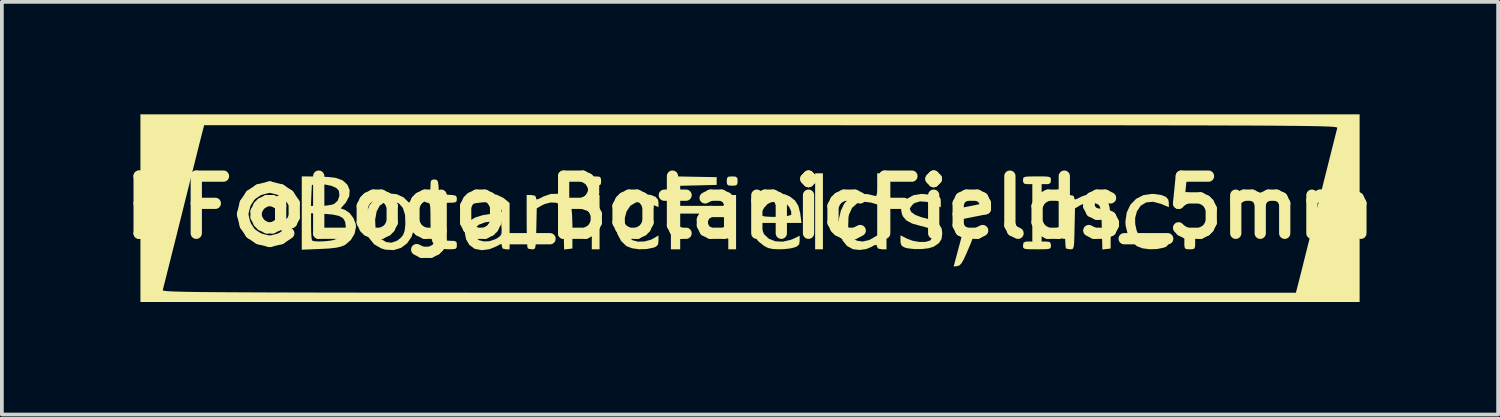
<source format=kicad_pcb>
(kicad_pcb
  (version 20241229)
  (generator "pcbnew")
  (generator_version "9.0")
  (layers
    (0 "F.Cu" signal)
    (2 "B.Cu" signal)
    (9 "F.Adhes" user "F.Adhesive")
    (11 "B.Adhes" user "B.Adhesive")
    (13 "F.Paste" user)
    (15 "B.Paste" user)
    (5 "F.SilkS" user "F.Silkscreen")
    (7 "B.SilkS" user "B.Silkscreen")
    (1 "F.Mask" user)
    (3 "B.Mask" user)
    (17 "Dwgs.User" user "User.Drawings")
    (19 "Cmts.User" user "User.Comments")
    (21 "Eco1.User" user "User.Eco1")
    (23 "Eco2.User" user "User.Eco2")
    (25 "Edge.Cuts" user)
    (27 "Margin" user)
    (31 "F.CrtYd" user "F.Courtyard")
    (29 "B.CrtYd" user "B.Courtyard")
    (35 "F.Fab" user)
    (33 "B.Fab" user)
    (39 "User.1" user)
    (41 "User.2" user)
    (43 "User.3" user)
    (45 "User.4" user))
  (footprint "BF@Logo_BotanicFields_5mm"
    (layer "F.Cu")
    (at 16.953 2.482)
    (property "Reference" "BF@Logo_BotanicFields_5mm" (at 0 0 0) (layer "F.SilkS") (effects (font (size 1.524 1.524) (thickness 0.3))))
    (attr board_only exclude_from_pos_files exclude_from_bom)
    (fp_poly (pts (xy -4.013 1.117) (xy -4.22 1.117) (xy -4.22 -0.331) (xy -4.013 -0.331)) (stroke (width 0) (type solid)) (fill yes) (layer "F.SilkS"))
    (fp_poly (pts (xy -0.372 1.117) (xy -0.579 1.117) (xy -0.579 -0.331) (xy -0.372 -0.331)) (stroke (width 0) (type solid)) (fill yes) (layer "F.SilkS"))
    (fp_poly (pts (xy 1.944 1.117) (xy 1.737 1.117) (xy 1.737 -0.91) (xy 1.944 -0.91)) (stroke (width 0) (type solid)) (fill yes) (layer "F.SilkS"))
    (fp_poly (pts (xy -1.5 -0.818) (xy -0.889 -0.807) (xy -0.889 -0.6) (xy -1.862 -0.577) (xy -1.862 -0.041) (xy -1.034 -0.041) (xy -1.034 0.165) (xy -1.862 0.165) (xy -1.862 1.117) (xy -2.11 1.117) (xy -2.11 -0.83)) (stroke (width 0) (type solid)) (fill yes) (layer "F.SilkS"))
    (fp_poly (pts (xy -4.019 -0.82) (xy -3.979 -0.785) (xy -3.971 -0.703) (xy -3.979 -0.62) (xy -4.02 -0.586) (xy -4.116 -0.579) (xy -4.213 -0.586) (xy -4.253 -0.621) (xy -4.261 -0.703) (xy -4.253 -0.787) (xy -4.212 -0.821) (xy -4.116 -0.827)) (stroke (width 0) (type solid)) (fill yes) (layer "F.SilkS"))
    (fp_poly (pts (xy -0.378 -0.82) (xy -0.339 -0.785) (xy -0.331 -0.703) (xy -0.339 -0.62) (xy -0.38 -0.586) (xy -0.476 -0.579) (xy -0.573 -0.586) (xy -0.613 -0.621) (xy -0.621 -0.703) (xy -0.612 -0.787) (xy -0.572 -0.821) (xy -0.476 -0.827)) (stroke (width 0) (type solid)) (fill yes) (layer "F.SilkS"))
    (fp_poly (pts (xy 5.924 0.754) (xy 5.941 0.784) (xy 5.928 0.849) (xy 5.886 0.962) (xy 5.812 1.134) (xy 5.771 1.229) (xy 5.696 1.393) (xy 5.637 1.494) (xy 5.584 1.546) (xy 5.531 1.564) (xy 5.431 1.576) (xy 5.539 1.171) (xy 5.648 0.765) (xy 5.806 0.752) (xy 5.879 0.747)) (stroke (width 0) (type solid)) (fill yes) (layer "F.SilkS"))
    (fp_poly (pts (xy 11.817 0.749) (xy 11.859 0.776) (xy 11.872 0.848) (xy 11.873 0.931) (xy 11.87 1.045) (xy 11.849 1.099) (xy 11.792 1.116) (xy 11.728 1.117) (xy 11.639 1.113) (xy 11.597 1.086) (xy 11.584 1.014) (xy 11.583 0.931) (xy 11.586 0.816) (xy 11.607 0.762) (xy 11.663 0.746) (xy 11.728 0.745)) (stroke (width 0) (type solid)) (fill yes) (layer "F.SilkS"))
    (fp_poly (pts (xy -2.827 -0.358) (xy -2.635 -0.329) (xy -2.515 -0.28) (xy -2.454 -0.206) (xy -2.441 -0.126) (xy -2.441 -0.007) (xy -2.646 -0.094) (xy -2.86 -0.151) (xy -3.044 -0.133) (xy -3.191 -0.046) (xy -3.293 0.108) (xy -3.339 0.283) (xy -3.337 0.444) (xy -3.3 0.613) (xy -3.236 0.76) (xy -3.156 0.86) (xy -3.134 0.874) (xy -2.99 0.913) (xy -2.814 0.908) (xy -2.642 0.861) (xy -2.583 0.831) (xy -2.441 0.747) (xy -2.441 0.887) (xy -2.453 0.989) (xy -2.507 1.045) (xy -2.571 1.072) (xy -2.754 1.11) (xy -2.957 1.116) (xy -3.148 1.089) (xy -3.294 1.032) (xy -3.297 1.031) (xy -3.435 0.898) (xy -3.537 0.71) (xy -3.592 0.491) (xy -3.599 0.386) (xy -3.564 0.138) (xy -3.466 -0.071) (xy -3.313 -0.229) (xy -3.117 -0.329) (xy -2.886 -0.361)) (stroke (width 0) (type solid)) (fill yes) (layer "F.SilkS"))
    (fp_poly (pts (xy 10.783 -0.358) (xy 10.975 -0.329) (xy 11.095 -0.28) (xy 11.156 -0.206) (xy 11.169 -0.126) (xy 11.169 -0.007) (xy 10.964 -0.094) (xy 10.75 -0.151) (xy 10.566 -0.133) (xy 10.419 -0.046) (xy 10.317 0.108) (xy 10.271 0.283) (xy 10.273 0.444) (xy 10.31 0.613) (xy 10.374 0.76) (xy 10.455 0.86) (xy 10.476 0.874) (xy 10.62 0.913) (xy 10.796 0.908) (xy 10.968 0.861) (xy 11.027 0.831) (xy 11.169 0.747) (xy 11.169 0.887) (xy 11.157 0.989) (xy 11.103 1.045) (xy 11.039 1.072) (xy 10.856 1.11) (xy 10.653 1.116) (xy 10.462 1.089) (xy 10.316 1.032) (xy 10.313 1.031) (xy 10.175 0.898) (xy 10.073 0.71) (xy 10.018 0.491) (xy 10.011 0.386) (xy 10.046 0.138) (xy 10.144 -0.071) (xy 10.297 -0.229) (xy 10.493 -0.329) (xy 10.724 -0.361)) (stroke (width 0) (type solid)) (fill yes) (layer "F.SilkS"))
    (fp_poly (pts (xy 7.829 -0.827) (xy 7.939 -0.821) (xy 7.997 -0.807) (xy 8.021 -0.779) (xy 8.025 -0.733) (xy 8.025 -0.724) (xy 8.012 -0.65) (xy 7.955 -0.623) (xy 7.901 -0.621) (xy 7.777 -0.621) (xy 7.777 0.91) (xy 7.901 0.91) (xy 7.99 0.921) (xy 8.022 0.969) (xy 8.025 1.014) (xy 8.022 1.062) (xy 8.003 1.093) (xy 7.951 1.109) (xy 7.851 1.116) (xy 7.686 1.117) (xy 7.653 1.117) (xy 7.477 1.116) (xy 7.367 1.111) (xy 7.309 1.096) (xy 7.285 1.068) (xy 7.281 1.023) (xy 7.281 1.014) (xy 7.294 0.94) (xy 7.351 0.913) (xy 7.405 0.91) (xy 7.529 0.91) (xy 7.529 -0.621) (xy 7.405 -0.621) (xy 7.316 -0.632) (xy 7.284 -0.679) (xy 7.281 -0.724) (xy 7.284 -0.773) (xy 7.303 -0.803) (xy 7.355 -0.82) (xy 7.456 -0.826) (xy 7.62 -0.827) (xy 7.653 -0.827)) (stroke (width 0) (type solid)) (fill yes) (layer "F.SilkS"))
    (fp_poly (pts (xy -9.424 -0.353) (xy -9.238 -0.267) (xy -9.088 -0.12) (xy -8.985 0.078) (xy -8.943 0.29) (xy -8.955 0.555) (xy -9.025 0.78) (xy -9.145 0.957) (xy -9.307 1.079) (xy -9.502 1.138) (xy -9.722 1.127) (xy -9.825 1.097) (xy -10.021 0.987) (xy -10.158 0.818) (xy -10.216 0.672) (xy -10.258 0.406) (xy -10.25 0.327) (xy -9.998 0.327) (xy -9.988 0.543) (xy -9.928 0.719) (xy -9.829 0.849) (xy -9.702 0.925) (xy -9.558 0.94) (xy -9.408 0.885) (xy -9.31 0.807) (xy -9.249 0.728) (xy -9.213 0.627) (xy -9.194 0.475) (xy -9.192 0.442) (xy -9.2 0.198) (xy -9.258 0.014) (xy -9.365 -0.108) (xy -9.518 -0.162) (xy -9.572 -0.165) (xy -9.749 -0.137) (xy -9.876 -0.047) (xy -9.958 0.108) (xy -9.998 0.327) (xy -10.25 0.327) (xy -10.235 0.161) (xy -10.152 -0.052) (xy -10.014 -0.219) (xy -9.857 -0.316) (xy -9.634 -0.372)) (stroke (width 0) (type solid)) (fill yes) (layer "F.SilkS"))
    (fp_poly (pts (xy -4.962 -0.306) (xy -4.836 -0.191) (xy -4.794 -0.116) (xy -4.764 0.002) (xy -4.746 0.191) (xy -4.737 0.455) (xy -4.737 0.558) (xy -4.737 1.096) (xy -4.847 1.109) (xy -4.958 1.122) (xy -4.971 0.562) (xy -4.979 0.327) (xy -4.989 0.161) (xy -5.003 0.05) (xy -5.024 -0.022) (xy -5.054 -0.066) (xy -5.057 -0.069) (xy -5.165 -0.124) (xy -5.314 -0.132) (xy -5.476 -0.091) (xy -5.553 -0.054) (xy -5.688 0.025) (xy -5.7 0.571) (xy -5.705 0.792) (xy -5.711 0.944) (xy -5.721 1.039) (xy -5.737 1.091) (xy -5.761 1.112) (xy -5.797 1.117) (xy -5.807 1.117) (xy -5.893 1.106) (xy -5.929 1.089) (xy -5.939 1.041) (xy -5.946 0.924) (xy -5.952 0.752) (xy -5.956 0.541) (xy -5.957 0.365) (xy -5.957 -0.331) (xy -5.833 -0.331) (xy -5.734 -0.312) (xy -5.709 -0.269) (xy -5.704 -0.223) (xy -5.676 -0.213) (xy -5.608 -0.24) (xy -5.513 -0.29) (xy -5.317 -0.359) (xy -5.128 -0.364)) (stroke (width 0) (type solid)) (fill yes) (layer "F.SilkS"))
    (fp_poly (pts (xy 9.393 -0.306) (xy 9.519 -0.191) (xy 9.561 -0.116) (xy 9.59 0.002) (xy 9.609 0.191) (xy 9.618 0.455) (xy 9.618 0.558) (xy 9.618 1.096) (xy 9.508 1.109) (xy 9.397 1.122) (xy 9.383 0.562) (xy 9.376 0.327) (xy 9.366 0.161) (xy 9.351 0.05) (xy 9.33 -0.022) (xy 9.301 -0.066) (xy 9.298 -0.069) (xy 9.189 -0.124) (xy 9.041 -0.132) (xy 8.879 -0.091) (xy 8.802 -0.054) (xy 8.667 0.025) (xy 8.655 0.571) (xy 8.65 0.792) (xy 8.644 0.944) (xy 8.634 1.039) (xy 8.618 1.091) (xy 8.593 1.112) (xy 8.558 1.117) (xy 8.548 1.117) (xy 8.462 1.106) (xy 8.425 1.089) (xy 8.416 1.041) (xy 8.408 0.924) (xy 8.402 0.752) (xy 8.399 0.541) (xy 8.398 0.365) (xy 8.398 -0.331) (xy 8.522 -0.331) (xy 8.62 -0.312) (xy 8.646 -0.269) (xy 8.651 -0.223) (xy 8.679 -0.213) (xy 8.746 -0.24) (xy 8.842 -0.29) (xy 9.038 -0.359) (xy 9.227 -0.364)) (stroke (width 0) (type solid)) (fill yes) (layer "F.SilkS"))
    (fp_poly (pts (xy 3.64 1.117) (xy 3.516 1.117) (xy 3.418 1.098) (xy 3.392 1.055) (xy 3.374 1) (xy 3.314 1.008) (xy 3.246 1.049) (xy 3.102 1.11) (xy 2.923 1.134) (xy 2.75 1.115) (xy 2.743 1.113) (xy 2.588 1.029) (xy 2.474 0.889) (xy 2.4 0.709) (xy 2.368 0.508) (xy 2.618 0.508) (xy 2.677 0.712) (xy 2.736 0.805) (xy 2.85 0.887) (xy 3.002 0.91) (xy 3.17 0.872) (xy 3.258 0.828) (xy 3.392 0.746) (xy 3.392 -0.079) (xy 3.23 -0.128) (xy 3.027 -0.154) (xy 2.855 -0.106) (xy 2.723 0.01) (xy 2.641 0.188) (xy 2.626 0.26) (xy 2.618 0.508) (xy 2.368 0.508) (xy 2.367 0.504) (xy 2.375 0.291) (xy 2.423 0.085) (xy 2.511 -0.099) (xy 2.639 -0.243) (xy 2.763 -0.318) (xy 2.938 -0.358) (xy 3.14 -0.355) (xy 3.32 -0.31) (xy 3.356 -0.303) (xy 3.378 -0.329) (xy 3.389 -0.403) (xy 3.392 -0.539) (xy 3.392 -0.595) (xy 3.392 -0.91) (xy 3.64 -0.91)) (stroke (width 0) (type solid)) (fill yes) (layer "F.SilkS"))
    (fp_poly (pts (xy -8.359 -0.736) (xy -8.326 -0.696) (xy -8.311 -0.603) (xy -8.307 -0.548) (xy -8.294 -0.352) (xy -8.056 -0.339) (xy -7.922 -0.329) (xy -7.851 -0.312) (xy -7.823 -0.277) (xy -7.819 -0.225) (xy -7.824 -0.169) (xy -7.854 -0.139) (xy -7.927 -0.127) (xy -8.062 -0.124) (xy -8.067 -0.124) (xy -8.315 -0.124) (xy -8.314 0.279) (xy -8.309 0.518) (xy -8.291 0.686) (xy -8.255 0.795) (xy -8.193 0.858) (xy -8.101 0.885) (xy -8.013 0.889) (xy -7.895 0.893) (xy -7.838 0.912) (xy -7.82 0.959) (xy -7.819 1.003) (xy -7.823 1.067) (xy -7.849 1.101) (xy -7.917 1.114) (xy -8.047 1.116) (xy -8.056 1.116) (xy -8.199 1.106) (xy -8.313 1.084) (xy -8.36 1.064) (xy -8.427 0.998) (xy -8.474 0.909) (xy -8.502 0.785) (xy -8.517 0.608) (xy -8.522 0.364) (xy -8.522 0.354) (xy -8.523 0.149) (xy -8.527 0.013) (xy -8.537 -0.069) (xy -8.555 -0.109) (xy -8.584 -0.123) (xy -8.605 -0.124) (xy -8.671 -0.15) (xy -8.687 -0.223) (xy -8.656 -0.314) (xy -8.605 -0.343) (xy -8.552 -0.372) (xy -8.527 -0.44) (xy -8.522 -0.555) (xy -8.518 -0.671) (xy -8.497 -0.727) (xy -8.449 -0.744) (xy -8.421 -0.745)) (stroke (width 0) (type solid)) (fill yes) (layer "F.SilkS"))
    (fp_poly (pts (xy 4.85 -0.333) (xy 4.854 -0.332) (xy 4.986 -0.302) (xy 5.056 -0.273) (xy 5.083 -0.227) (xy 5.088 -0.15) (xy 5.088 -0.144) (xy 5.088 -0.004) (xy 4.912 -0.084) (xy 4.713 -0.149) (xy 4.532 -0.161) (xy 4.389 -0.118) (xy 4.344 -0.083) (xy 4.283 -0.009) (xy 4.261 0.041) (xy 4.3 0.123) (xy 4.408 0.2) (xy 4.573 0.262) (xy 4.673 0.286) (xy 4.89 0.348) (xy 5.034 0.438) (xy 5.11 0.561) (xy 5.128 0.691) (xy 5.108 0.842) (xy 5.039 0.951) (xy 4.904 1.043) (xy 4.894 1.049) (xy 4.762 1.089) (xy 4.582 1.11) (xy 4.388 1.111) (xy 4.211 1.091) (xy 4.126 1.069) (xy 4.046 1.024) (xy 4.016 0.948) (xy 4.013 0.885) (xy 4.013 0.743) (xy 4.189 0.834) (xy 4.346 0.892) (xy 4.519 0.921) (xy 4.678 0.92) (xy 4.797 0.885) (xy 4.816 0.872) (xy 4.871 0.782) (xy 4.875 0.674) (xy 4.828 0.587) (xy 4.827 0.585) (xy 4.757 0.552) (xy 4.638 0.514) (xy 4.548 0.493) (xy 4.324 0.43) (xy 4.17 0.347) (xy 4.077 0.238) (xy 4.052 0.179) (xy 4.028 0.05) (xy 4.06 -0.065) (xy 4.062 -0.067) (xy 4.182 -0.227) (xy 4.357 -0.325) (xy 4.581 -0.361)) (stroke (width 0) (type solid)) (fill yes) (layer "F.SilkS"))
    (fp_poly (pts (xy 0.927 -0.351) (xy 1.063 -0.291) (xy 1.2 -0.183) (xy 1.287 -0.045) (xy 1.337 0.146) (xy 1.344 0.196) (xy 1.373 0.414) (xy 0.279 0.414) (xy 0.305 0.548) (xy 0.374 0.714) (xy 0.501 0.834) (xy 0.671 0.902) (xy 0.87 0.914) (xy 1.085 0.865) (xy 1.169 0.83) (xy 1.324 0.755) (xy 1.324 0.886) (xy 1.311 0.982) (xy 1.255 1.038) (xy 1.186 1.067) (xy 1.071 1.094) (xy 0.911 1.112) (xy 0.779 1.117) (xy 0.604 1.109) (xy 0.48 1.081) (xy 0.375 1.026) (xy 0.372 1.024) (xy 0.218 0.901) (xy 0.123 0.772) (xy 0.075 0.612) (xy 0.062 0.397) (xy 0.067 0.225) (xy 0.07 0.204) (xy 0.29 0.204) (xy 0.327 0.228) (xy 0.426 0.244) (xy 0.563 0.251) (xy 0.72 0.251) (xy 0.872 0.242) (xy 1.001 0.227) (xy 1.083 0.205) (xy 1.101 0.189) (xy 1.097 0.103) (xy 1.048 -0.005) (xy 0.97 -0.1) (xy 0.955 -0.112) (xy 0.849 -0.153) (xy 0.705 -0.161) (xy 0.563 -0.137) (xy 0.47 -0.092) (xy 0.379 0.006) (xy 0.311 0.12) (xy 0.29 0.204) (xy 0.07 0.204) (xy 0.086 0.105) (xy 0.128 0.004) (xy 0.172 -0.069) (xy 0.321 -0.228) (xy 0.511 -0.332) (xy 0.719 -0.374)) (stroke (width 0) (type solid)) (fill yes) (layer "F.SilkS"))
    (fp_poly (pts (xy -6.749 -0.336) (xy -6.583 -0.257) (xy -6.537 -0.222) (xy -6.412 -0.117) (xy -6.412 1.117) (xy -6.515 1.117) (xy -6.597 1.097) (xy -6.619 1.036) (xy -6.623 0.985) (xy -6.649 0.977) (xy -6.717 1.012) (xy -6.753 1.034) (xy -6.948 1.114) (xy -7.152 1.14) (xy -7.333 1.107) (xy -7.35 1.1) (xy -7.486 0.999) (xy -7.571 0.854) (xy -7.605 0.688) (xy -7.605 0.687) (xy -7.364 0.687) (xy -7.328 0.796) (xy -7.234 0.871) (xy -7.1 0.907) (xy -6.945 0.9) (xy -6.787 0.846) (xy -6.751 0.826) (xy -6.668 0.768) (xy -6.63 0.708) (xy -6.624 0.612) (xy -6.627 0.547) (xy -6.64 0.352) (xy -6.826 0.364) (xy -7.068 0.398) (xy -7.236 0.462) (xy -7.333 0.559) (xy -7.364 0.687) (xy -7.605 0.687) (xy -7.583 0.523) (xy -7.501 0.382) (xy -7.46 0.343) (xy -7.317 0.264) (xy -7.12 0.204) (xy -6.898 0.17) (xy -6.782 0.165) (xy -6.664 0.151) (xy -6.62 0.104) (xy -6.649 0.02) (xy -6.698 -0.047) (xy -6.768 -0.11) (xy -6.863 -0.138) (xy -6.977 -0.144) (xy -7.138 -0.135) (xy -7.295 -0.116) (xy -7.336 -0.108) (xy -7.437 -0.088) (xy -7.48 -0.1) (xy -7.484 -0.154) (xy -7.481 -0.191) (xy -7.467 -0.257) (xy -7.433 -0.297) (xy -7.357 -0.323) (xy -7.22 -0.345) (xy -7.212 -0.347) (xy -6.953 -0.365)) (stroke (width 0) (type solid)) (fill yes) (layer "F.SilkS"))
    (fp_poly (pts (xy -11.593 -0.826) (xy -11.401 -0.82) (xy -11.216 -0.809) (xy -11.071 -0.792) (xy -11.046 -0.788) (xy -10.863 -0.72) (xy -10.738 -0.607) (xy -10.678 -0.463) (xy -10.688 -0.302) (xy -10.773 -0.139) (xy -10.794 -0.113) (xy -10.916 0.025) (xy -10.796 0.07) (xy -10.676 0.153) (xy -10.575 0.288) (xy -10.516 0.443) (xy -10.508 0.518) (xy -10.545 0.699) (xy -10.646 0.868) (xy -10.792 0.995) (xy -10.815 1.007) (xy -10.912 1.046) (xy -11.037 1.074) (xy -11.208 1.094) (xy -11.444 1.107) (xy -11.463 1.108) (xy -11.955 1.128) (xy -11.955 0.155) (xy -11.707 0.155) (xy -11.707 0.505) (xy -11.704 0.668) (xy -11.696 0.798) (xy -11.684 0.873) (xy -11.68 0.883) (xy -11.618 0.901) (xy -11.5 0.908) (xy -11.354 0.903) (xy -11.203 0.888) (xy -11.111 0.871) (xy -10.931 0.799) (xy -10.821 0.684) (xy -10.781 0.527) (xy -10.781 0.517) (xy -10.797 0.384) (xy -10.853 0.289) (xy -10.96 0.227) (xy -11.128 0.19) (xy -11.334 0.173) (xy -11.707 0.155) (xy -11.955 0.155) (xy -11.955 -0.041) (xy -11.711 -0.041) (xy -11.451 -0.042) (xy -11.295 -0.05) (xy -11.159 -0.071) (xy -11.09 -0.094) (xy -10.994 -0.184) (xy -10.95 -0.315) (xy -10.966 -0.444) (xy -11.034 -0.519) (xy -11.163 -0.576) (xy -11.332 -0.61) (xy -11.513 -0.612) (xy -11.686 -0.6) (xy -11.699 -0.321) (xy -11.711 -0.041) (xy -11.955 -0.041) (xy -11.955 -0.827)) (stroke (width 0) (type solid)) (fill yes) (layer "F.SilkS"))
    (fp_poly (pts (xy 16.258 2.523) (xy -16.258 2.523) (xy -16.258 2.203) (xy -15.662 2.203) (xy -15.662 2.209) (xy -15.654 2.215) (xy -15.636 2.221) (xy -15.607 2.226) (xy -15.563 2.231) (xy -15.502 2.236) (xy -15.421 2.24) (xy -15.319 2.244) (xy -15.192 2.247) (xy -15.038 2.251) (xy -14.855 2.254) (xy -14.639 2.257) (xy -14.39 2.259) (xy -14.103 2.261) (xy -13.777 2.263) (xy -13.409 2.265) (xy -12.997 2.267) (xy -12.538 2.268) (xy -12.03 2.27) (xy -11.469 2.271) (xy -10.855 2.272) (xy -10.184 2.273) (xy -9.453 2.273) (xy -8.661 2.274) (xy -7.805 2.274) (xy -6.882 2.275) (xy -5.889 2.275) (xy -4.825 2.275) (xy -3.687 2.275) (xy -2.473 2.275) (xy -1.179 2.275) (xy -0.563 2.275) (xy 14.558 2.275) (xy 14.599 2.12) (xy 14.617 2.05) (xy 14.653 1.908) (xy 14.705 1.702) (xy 14.77 1.442) (xy 14.847 1.134) (xy 14.933 0.789) (xy 15.027 0.414) (xy 15.126 0.017) (xy 15.14 -0.041) (xy 15.239 -0.437) (xy 15.332 -0.81) (xy 15.418 -1.152) (xy 15.494 -1.454) (xy 15.558 -1.71) (xy 15.609 -1.911) (xy 15.644 -2.049) (xy 15.661 -2.116) (xy 15.662 -2.12) (xy 15.662 -2.126) (xy 15.654 -2.132) (xy 15.636 -2.138) (xy 15.607 -2.143) (xy 15.563 -2.148) (xy 15.502 -2.153) (xy 15.421 -2.157) (xy 15.319 -2.161) (xy 15.192 -2.165) (xy 15.038 -2.168) (xy 14.855 -2.171) (xy 14.639 -2.174) (xy 14.39 -2.176) (xy 14.103 -2.179) (xy 13.777 -2.181) (xy 13.409 -2.183) (xy 12.997 -2.184) (xy 12.538 -2.186) (xy 12.03 -2.187) (xy 11.469 -2.188) (xy 10.855 -2.189) (xy 10.184 -2.19) (xy 9.453 -2.191) (xy 8.661 -2.191) (xy 7.805 -2.192) (xy 6.882 -2.192) (xy 5.889 -2.192) (xy 4.825 -2.192) (xy 3.687 -2.192) (xy 2.473 -2.192) (xy 1.179 -2.193) (xy 0.563 -2.193) (xy -14.558 -2.193) (xy -14.599 -2.037) (xy -14.617 -1.967) (xy -14.653 -1.825) (xy -14.705 -1.62) (xy -14.77 -1.359) (xy -14.847 -1.052) (xy -14.933 -0.706) (xy -15.027 -0.331) (xy -15.126 0.066) (xy -15.14 0.124) (xy -15.239 0.52) (xy -15.332 0.893) (xy -15.418 1.234) (xy -15.494 1.537) (xy -15.558 1.793) (xy -15.609 1.994) (xy -15.644 2.132) (xy -15.661 2.199) (xy -15.662 2.203) (xy -16.258 2.203) (xy -16.258 -2.482) (xy 16.258 -2.482)) (stroke (width 0) (type solid)) (fill yes) (layer "F.SilkS")))
  (gr_rect
    (start -3 -3)
    (end 36.905 8.006)
    (stroke (width 0.1) (type default))
    (fill no)
    (layer "Edge.Cuts")))
</source>
